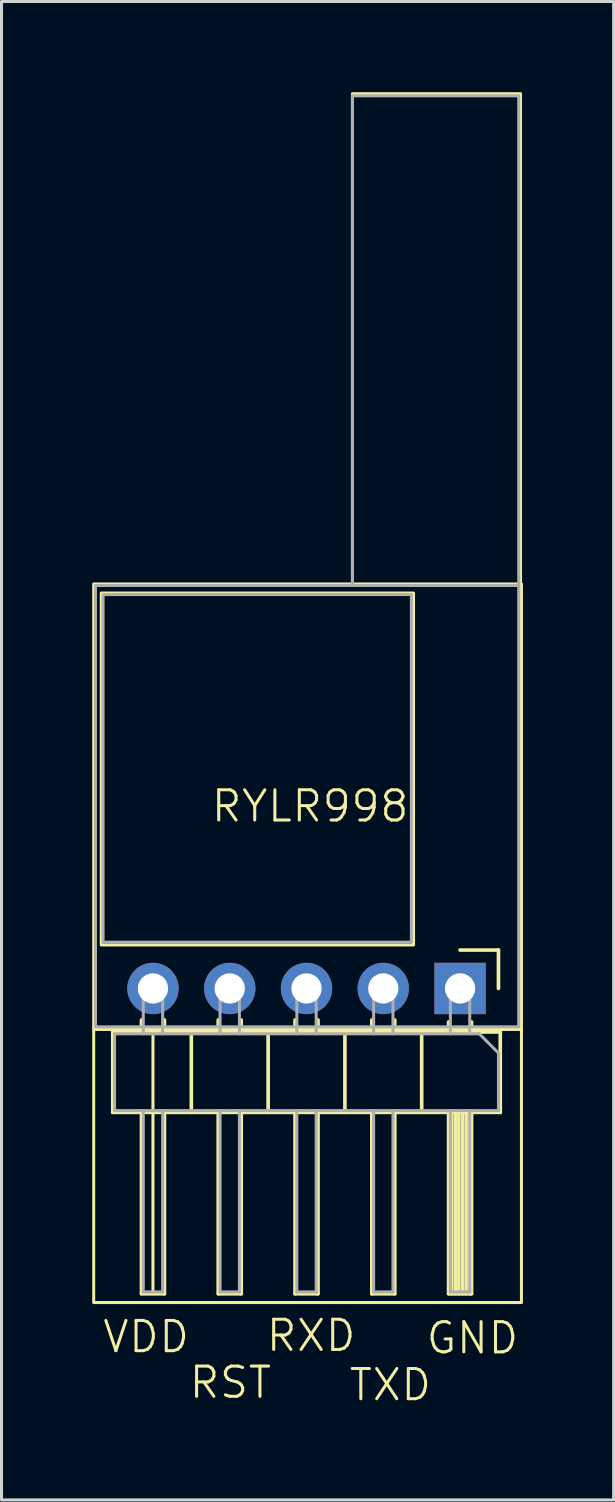
<source format=kicad_pcb>
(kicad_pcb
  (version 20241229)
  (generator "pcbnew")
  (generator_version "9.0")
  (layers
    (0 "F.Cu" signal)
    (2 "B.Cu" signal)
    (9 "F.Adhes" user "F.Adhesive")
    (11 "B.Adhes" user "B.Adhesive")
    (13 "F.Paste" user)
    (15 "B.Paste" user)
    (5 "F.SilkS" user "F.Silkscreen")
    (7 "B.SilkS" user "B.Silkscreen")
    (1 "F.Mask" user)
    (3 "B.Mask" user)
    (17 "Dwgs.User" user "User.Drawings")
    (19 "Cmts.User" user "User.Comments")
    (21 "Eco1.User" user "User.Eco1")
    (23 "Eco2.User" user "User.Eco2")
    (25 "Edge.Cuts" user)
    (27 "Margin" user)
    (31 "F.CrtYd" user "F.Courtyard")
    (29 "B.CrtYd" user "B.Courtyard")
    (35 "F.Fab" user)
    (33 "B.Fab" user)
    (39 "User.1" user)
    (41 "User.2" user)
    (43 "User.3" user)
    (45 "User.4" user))
  (footprint "RYLR998"
    (layer "F.Cu")
    (at 7.21 24.12)
    (property "Reference" "RYLR998" (at 0 -0.5 0) (unlocked yes) (layer "F.SilkS") (effects (font (size 1 1) (thickness 0.1))))
    (attr through_hole)
    (fp_line (start -6.53 6.97) (end -6.53 9.63) (stroke (width 0.12) (type solid)) (layer "F.SilkS"))
    (fp_line (start -6.53 9.63) (end 6.29 9.63) (stroke (width 0.12) (type solid)) (layer "F.SilkS"))
    (fp_line (start -5.58 6.573) (end -5.58 6.97) (stroke (width 0.12) (type solid)) (layer "F.SilkS"))
    (fp_line (start -5.58 15.63) (end -5.58 9.63) (stroke (width 0.12) (type solid)) (layer "F.SilkS"))
    (fp_line (start -5.2 15.63) (end -5.2 6.97) (stroke (width 0.1) (type default)) (layer "F.SilkS"))
    (fp_line (start -4.82 6.573) (end -4.82 6.97) (stroke (width 0.12) (type solid)) (layer "F.SilkS"))
    (fp_line (start -4.82 9.63) (end -4.82 15.63) (stroke (width 0.12) (type solid)) (layer "F.SilkS"))
    (fp_line (start -4.82 15.63) (end -5.58 15.63) (stroke (width 0.12) (type solid)) (layer "F.SilkS"))
    (fp_line (start -3.93 6.97) (end -3.93 9.63) (stroke (width 0.12) (type solid)) (layer "F.SilkS"))
    (fp_line (start -3.04 6.573) (end -3.04 6.97) (stroke (width 0.12) (type solid)) (layer "F.SilkS"))
    (fp_line (start -3.04 15.63) (end -3.04 9.63) (stroke (width 0.12) (type solid)) (layer "F.SilkS"))
    (fp_line (start -2.28 6.573) (end -2.28 6.97) (stroke (width 0.12) (type solid)) (layer "F.SilkS"))
    (fp_line (start -2.28 9.63) (end -2.28 15.63) (stroke (width 0.12) (type solid)) (layer "F.SilkS"))
    (fp_line (start -2.28 15.63) (end -3.04 15.63) (stroke (width 0.12) (type solid)) (layer "F.SilkS"))
    (fp_line (start -1.39 6.97) (end -1.39 9.63) (stroke (width 0.12) (type solid)) (layer "F.SilkS"))
    (fp_line (start -0.5 6.573) (end -0.5 6.97) (stroke (width 0.12) (type solid)) (layer "F.SilkS"))
    (fp_line (start -0.5 15.63) (end -0.5 9.63) (stroke (width 0.12) (type solid)) (layer "F.SilkS"))
    (fp_line (start 0.26 6.573) (end 0.26 6.97) (stroke (width 0.12) (type solid)) (layer "F.SilkS"))
    (fp_line (start 0.26 9.63) (end 0.26 15.63) (stroke (width 0.12) (type solid)) (layer "F.SilkS"))
    (fp_line (start 0.26 15.63) (end -0.5 15.63) (stroke (width 0.12) (type solid)) (layer "F.SilkS"))
    (fp_line (start 1.15 6.97) (end 1.15 9.63) (stroke (width 0.12) (type solid)) (layer "F.SilkS"))
    (fp_line (start 2.04 6.573) (end 2.04 6.97) (stroke (width 0.12) (type solid)) (layer "F.SilkS"))
    (fp_line (start 2.04 15.63) (end 2.04 9.63) (stroke (width 0.12) (type solid)) (layer "F.SilkS"))
    (fp_line (start 2.8 6.573) (end 2.8 6.97) (stroke (width 0.12) (type solid)) (layer "F.SilkS"))
    (fp_line (start 2.8 9.63) (end 2.8 15.63) (stroke (width 0.12) (type solid)) (layer "F.SilkS"))
    (fp_line (start 2.8 15.63) (end 2.04 15.63) (stroke (width 0.12) (type solid)) (layer "F.SilkS"))
    (fp_line (start 3.69 6.97) (end 3.69 9.63) (stroke (width 0.12) (type solid)) (layer "F.SilkS"))
    (fp_line (start 4.58 6.64) (end 4.58 6.97) (stroke (width 0.12) (type solid)) (layer "F.SilkS"))
    (fp_line (start 4.58 15.63) (end 4.58 9.63) (stroke (width 0.12) (type solid)) (layer "F.SilkS"))
    (fp_line (start 4.68 9.63) (end 4.68 15.63) (stroke (width 0.12) (type solid)) (layer "F.SilkS"))
    (fp_line (start 4.8 9.63) (end 4.8 15.63) (stroke (width 0.12) (type solid)) (layer "F.SilkS"))
    (fp_line (start 4.92 9.63) (end 4.92 15.63) (stroke (width 0.12) (type solid)) (layer "F.SilkS"))
    (fp_line (start 4.96 4.26) (end 6.23 4.26) (stroke (width 0.12) (type solid)) (layer "F.SilkS"))
    (fp_line (start 5.04 9.63) (end 5.04 15.63) (stroke (width 0.12) (type solid)) (layer "F.SilkS"))
    (fp_line (start 5.16 9.63) (end 5.16 15.63) (stroke (width 0.12) (type solid)) (layer "F.SilkS"))
    (fp_line (start 5.28 9.63) (end 5.28 15.63) (stroke (width 0.12) (type solid)) (layer "F.SilkS"))
    (fp_line (start 5.34 6.64) (end 5.34 6.97) (stroke (width 0.12) (type solid)) (layer "F.SilkS"))
    (fp_line (start 5.34 9.63) (end 5.34 15.63) (stroke (width 0.12) (type solid)) (layer "F.SilkS"))
    (fp_line (start 5.34 15.63) (end 4.58 15.63) (stroke (width 0.12) (type solid)) (layer "F.SilkS"))
    (fp_line (start 6.23 4.26) (end 6.23 5.53) (stroke (width 0.12) (type solid)) (layer "F.SilkS"))
    (fp_line (start 6.29 6.97) (end -6.53 6.97) (stroke (width 0.12) (type solid)) (layer "F.SilkS"))
    (fp_line (start 6.29 9.63) (end 6.29 6.97) (stroke (width 0.12) (type solid)) (layer "F.SilkS"))
    (fp_rect (start -7.16 -7.85) (end 6.99 6.88) (stroke (width 0.1) (type default)) (fill no) (layer "F.SilkS"))
    (fp_rect (start -7.16 6.88) (end 6.99 15.92) (stroke (width 0.1) (type default)) (fill no) (layer "F.SilkS"))
    (fp_rect (start -6.91 -7.55) (end 3.42 4.09) (stroke (width 0.1) (type default)) (fill no) (layer "F.SilkS"))
    (fp_rect (start 1.4 -24.07) (end 6.96 -7.8) (stroke (width 0.1) (type default)) (fill no) (layer "F.SilkS"))
    (fp_line (start -6.47 7.03) (end 5.595 7.03) (stroke (width 0.1) (type solid)) (layer "F.Fab"))
    (fp_line (start -6.47 9.57) (end -6.47 7.03) (stroke (width 0.1) (type solid)) (layer "F.Fab"))
    (fp_line (start -5.52 5.21) (end -5.52 7.03) (stroke (width 0.1) (type solid)) (layer "F.Fab"))
    (fp_line (start -5.52 9.57) (end -5.52 15.57) (stroke (width 0.1) (type solid)) (layer "F.Fab"))
    (fp_line (start -4.88 5.21) (end -5.52 5.21) (stroke (width 0.1) (type solid)) (layer "F.Fab"))
    (fp_line (start -4.88 5.21) (end -4.88 7.03) (stroke (width 0.1) (type solid)) (layer "F.Fab"))
    (fp_line (start -4.88 9.57) (end -4.88 15.57) (stroke (width 0.1) (type solid)) (layer "F.Fab"))
    (fp_line (start -4.88 15.57) (end -5.52 15.57) (stroke (width 0.1) (type solid)) (layer "F.Fab"))
    (fp_line (start -2.98 5.21) (end -2.98 7.03) (stroke (width 0.1) (type solid)) (layer "F.Fab"))
    (fp_line (start -2.98 9.57) (end -2.98 15.57) (stroke (width 0.1) (type solid)) (layer "F.Fab"))
    (fp_line (start -2.34 5.21) (end -2.98 5.21) (stroke (width 0.1) (type solid)) (layer "F.Fab"))
    (fp_line (start -2.34 5.21) (end -2.34 7.03) (stroke (width 0.1) (type solid)) (layer "F.Fab"))
    (fp_line (start -2.34 9.57) (end -2.34 15.57) (stroke (width 0.1) (type solid)) (layer "F.Fab"))
    (fp_line (start -2.34 15.57) (end -2.98 15.57) (stroke (width 0.1) (type solid)) (layer "F.Fab"))
    (fp_line (start -0.44 5.21) (end -0.44 7.03) (stroke (width 0.1) (type solid)) (layer "F.Fab"))
    (fp_line (start -0.44 9.57) (end -0.44 15.57) (stroke (width 0.1) (type solid)) (layer "F.Fab"))
    (fp_line (start 0.2 5.21) (end -0.44 5.21) (stroke (width 0.1) (type solid)) (layer "F.Fab"))
    (fp_line (start 0.2 5.21) (end 0.2 7.03) (stroke (width 0.1) (type solid)) (layer "F.Fab"))
    (fp_line (start 0.2 9.57) (end 0.2 15.57) (stroke (width 0.1) (type solid)) (layer "F.Fab"))
    (fp_line (start 0.2 15.57) (end -0.44 15.57) (stroke (width 0.1) (type solid)) (layer "F.Fab"))
    (fp_line (start 2.1 5.21) (end 2.1 7.03) (stroke (width 0.1) (type solid)) (layer "F.Fab"))
    (fp_line (start 2.1 9.57) (end 2.1 15.57) (stroke (width 0.1) (type solid)) (layer "F.Fab"))
    (fp_line (start 2.74 5.21) (end 2.1 5.21) (stroke (width 0.1) (type solid)) (layer "F.Fab"))
    (fp_line (start 2.74 5.21) (end 2.74 7.03) (stroke (width 0.1) (type solid)) (layer "F.Fab"))
    (fp_line (start 2.74 9.57) (end 2.74 15.57) (stroke (width 0.1) (type solid)) (layer "F.Fab"))
    (fp_line (start 2.74 15.57) (end 2.1 15.57) (stroke (width 0.1) (type solid)) (layer "F.Fab"))
    (fp_line (start 4.64 5.21) (end 4.64 7.03) (stroke (width 0.1) (type solid)) (layer "F.Fab"))
    (fp_line (start 4.64 9.57) (end 4.64 15.57) (stroke (width 0.1) (type solid)) (layer "F.Fab"))
    (fp_line (start 5.28 5.21) (end 4.64 5.21) (stroke (width 0.1) (type solid)) (layer "F.Fab"))
    (fp_line (start 5.28 5.21) (end 5.28 7.03) (stroke (width 0.1) (type solid)) (layer "F.Fab"))
    (fp_line (start 5.28 9.57) (end 5.28 15.57) (stroke (width 0.1) (type solid)) (layer "F.Fab"))
    (fp_line (start 5.28 15.57) (end 4.64 15.57) (stroke (width 0.1) (type solid)) (layer "F.Fab"))
    (fp_line (start 5.595 7.03) (end 6.23 7.665) (stroke (width 0.1) (type solid)) (layer "F.Fab"))
    (fp_line (start 6.23 7.665) (end 6.23 9.57) (stroke (width 0.1) (type solid)) (layer "F.Fab"))
    (fp_line (start 6.23 9.57) (end -6.47 9.57) (stroke (width 0.1) (type solid)) (layer "F.Fab"))
    (fp_rect (start -7.1 -7.8) (end 6.9 6.8) (stroke (width 0.1) (type default)) (fill no) (layer "F.Fab"))
    (fp_rect (start -6.85 -7.5) (end 3.35 4) (stroke (width 0.1) (type default)) (fill no) (layer "F.Fab"))
    (fp_rect (start 1.4 -7.8) (end 6.9 -24) (stroke (width 0.1) (type default)) (fill no) (layer "F.Fab"))
    (fp_text user "GND" (at 3.78 17.68 0) (unlocked yes) (layer "F.SilkS") (effects (font (size 1 1) (thickness 0.1)) (justify left bottom)))
    (fp_text user "VDD" (at -6.92 17.64 0) (unlocked yes) (layer "F.SilkS") (effects (font (size 1 1) (thickness 0.1)) (justify left bottom)))
    (fp_text user "TXD" (at 1.23 19.23 0) (unlocked yes) (layer "F.SilkS") (effects (font (size 1 1) (thickness 0.1)) (justify left bottom)))
    (fp_text user "RST" (at -4.06 19.15 0) (unlocked yes) (layer "F.SilkS") (effects (font (size 1 1) (thickness 0.1)) (justify left bottom)))
    (fp_text user "RXD" (at -1.51 17.6 0) (unlocked yes) (layer "F.SilkS") (effects (font (size 1 1) (thickness 0.1)) (justify left bottom)))
    (pad "1" thru_hole oval (at -5.2 5.53 270) (size 1.7 1.7) (drill 1) (layers "*.Cu" "*.Mask"))
    (pad "2" thru_hole oval (at -2.66 5.53 270) (size 1.7 1.7) (drill 1) (layers "*.Cu" "*.Mask"))
    (pad "3" thru_hole oval (at -0.12 5.53 270) (size 1.7 1.7) (drill 1) (layers "*.Cu" "*.Mask"))
    (pad "4" thru_hole oval (at 2.42 5.53 270) (size 1.7 1.7) (drill 1) (layers "*.Cu" "*.Mask"))
    (pad "5" thru_hole rect (at 4.96 5.53 270) (size 1.7 1.7) (drill 1) (layers "*.Cu" "*.Mask")))
  (gr_rect
    (start -3 -3)
    (end 17.25 46.571)
    (stroke (width 0.1) (type default))
    (fill no)
    (layer "Edge.Cuts")))
</source>
